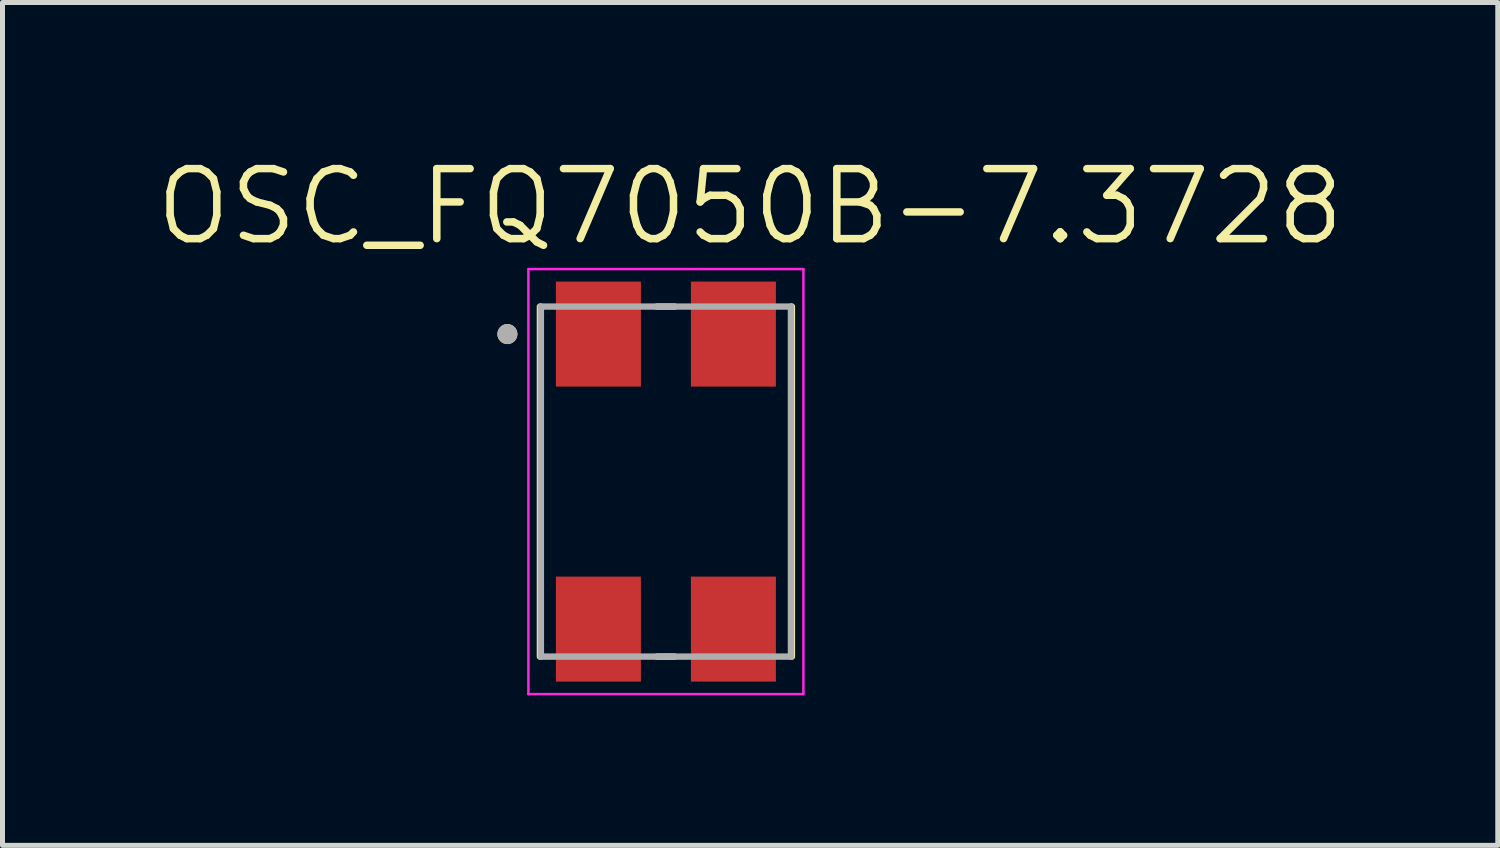
<source format=kicad_pcb>
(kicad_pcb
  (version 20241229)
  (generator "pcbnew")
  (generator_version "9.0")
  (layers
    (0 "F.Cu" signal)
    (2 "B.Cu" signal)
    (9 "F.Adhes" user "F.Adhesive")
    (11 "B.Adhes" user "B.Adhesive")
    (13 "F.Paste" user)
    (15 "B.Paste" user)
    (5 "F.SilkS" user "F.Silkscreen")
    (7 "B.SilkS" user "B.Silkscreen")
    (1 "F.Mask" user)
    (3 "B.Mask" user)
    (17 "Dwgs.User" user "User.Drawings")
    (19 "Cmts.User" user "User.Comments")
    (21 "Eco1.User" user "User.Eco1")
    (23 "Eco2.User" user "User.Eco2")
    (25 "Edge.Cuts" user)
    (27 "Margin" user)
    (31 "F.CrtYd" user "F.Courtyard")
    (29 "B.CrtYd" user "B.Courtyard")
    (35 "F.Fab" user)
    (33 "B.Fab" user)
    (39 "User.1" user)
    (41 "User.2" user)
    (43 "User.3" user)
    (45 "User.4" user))
  (footprint "OSC_FQ7050B-7.3728"
    (layer "F.Cu")
    (at 10.267 6.581)
    (property "Reference" "OSC_FQ7050B-7.3728" (at 1.685 -5.499 0) (layer "F.SilkS") (effects (font (size 1.4 1.4) (thickness 0.15))))
    (attr through_hole)
    (fp_line (start -2.52 -3.5) (end -2.52 3.5) (stroke (width 0.127) (type solid)) (layer "F.SilkS"))
    (fp_line (start -0.18 -3.5) (end 0.18 -3.5) (stroke (width 0.127) (type solid)) (layer "F.SilkS"))
    (fp_line (start -0.18 3.5) (end 0.18 3.5) (stroke (width 0.127) (type solid)) (layer "F.SilkS"))
    (fp_line (start 2.52 3.5) (end 2.52 -3.5) (stroke (width 0.127) (type solid)) (layer "F.SilkS"))
    (fp_circle (center -3.17 -2.95) (end -3.07 -2.95) (stroke (width 0.2) (type solid)) (fill no) (layer "F.SilkS"))
    (fp_line (start -2.75 -4.25) (end -2.75 4.25) (stroke (width 0.05) (type solid)) (layer "F.CrtYd"))
    (fp_line (start -2.75 -4.25) (end 2.75 -4.25) (stroke (width 0.05) (type solid)) (layer "F.CrtYd"))
    (fp_line (start 2.75 4.25) (end -2.75 4.25) (stroke (width 0.05) (type solid)) (layer "F.CrtYd"))
    (fp_line (start 2.75 4.25) (end 2.75 -4.25) (stroke (width 0.05) (type solid)) (layer "F.CrtYd"))
    (fp_line (start -2.5 -3.5) (end -2.5 3.5) (stroke (width 0.127) (type solid)) (layer "F.Fab"))
    (fp_line (start -2.5 -3.5) (end 2.5 -3.5) (stroke (width 0.127) (type solid)) (layer "F.Fab"))
    (fp_line (start 2.5 3.5) (end -2.5 3.5) (stroke (width 0.127) (type solid)) (layer "F.Fab"))
    (fp_line (start 2.5 3.5) (end 2.5 -3.5) (stroke (width 0.127) (type solid)) (layer "F.Fab"))
    (fp_circle (center -3.17 -2.95) (end -3.07 -2.95) (stroke (width 0.2) (type solid)) (fill no) (layer "F.Fab"))
    (pad "1" smd rect (at -1.35 -2.95) (size 1.7 2.1) (layers "F.Cu" "F.Mask" "F.Paste"))
    (pad "2" smd rect (at 1.35 -2.95) (size 1.7 2.1) (layers "F.Cu" "F.Mask" "F.Paste"))
    (pad "3" smd rect (at 1.35 2.95) (size 1.7 2.1) (layers "F.Cu" "F.Mask" "F.Paste"))
    (pad "4" smd rect (at -1.35 2.95) (size 1.7 2.1) (layers "F.Cu" "F.Mask" "F.Paste")))
  (gr_rect
    (start -3 -3)
    (end 26.903 13.856)
    (stroke (width 0.1) (type default))
    (fill no)
    (layer "Edge.Cuts")))
</source>
